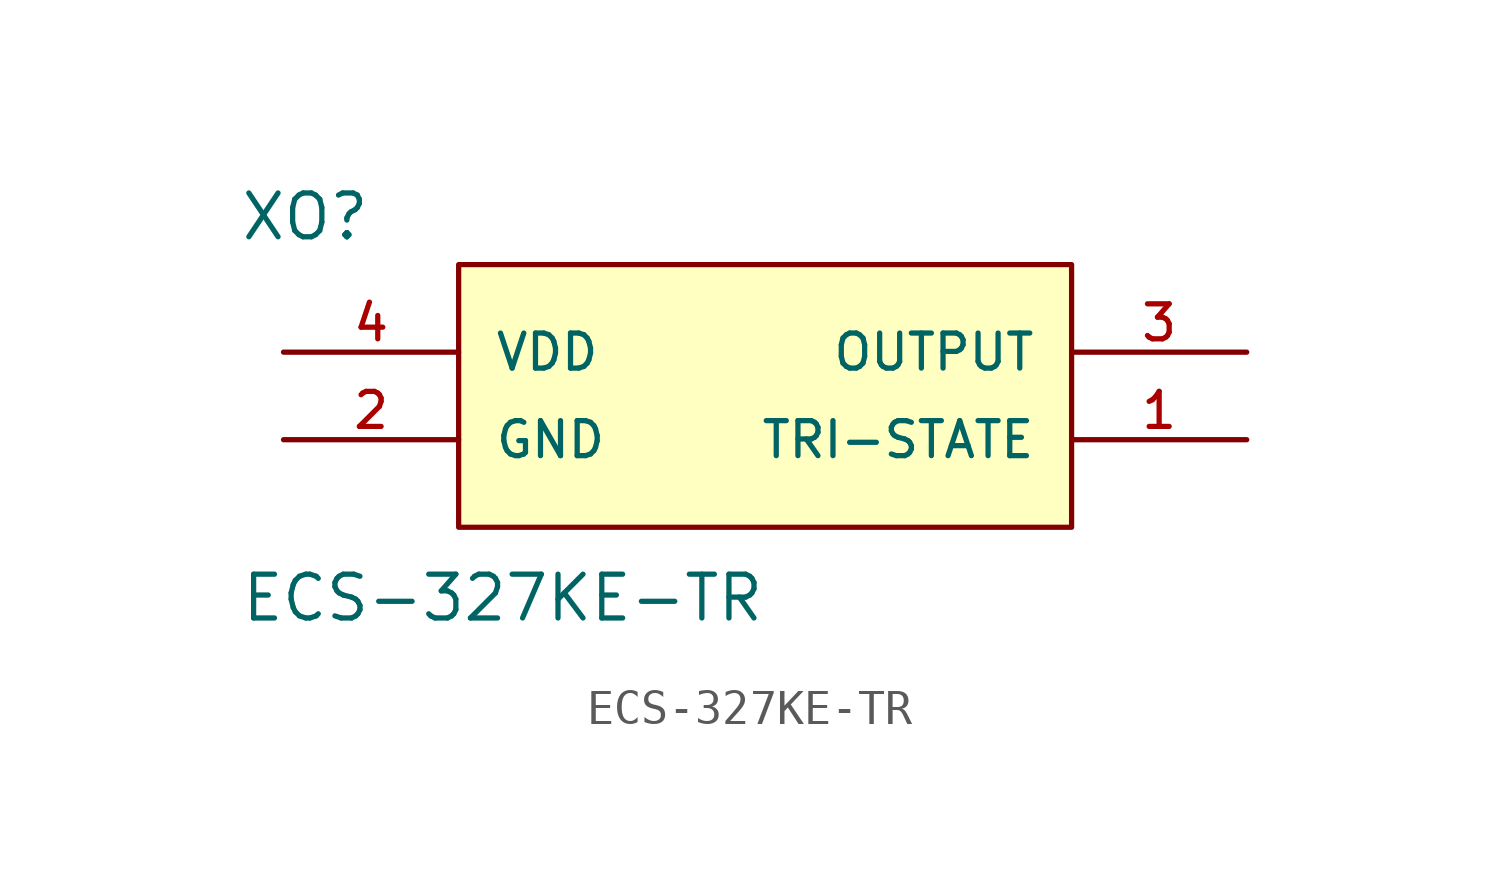
<source format=kicad_sym>
(kicad_symbol_lib
  (version 20231120)
  (generator "kicad_symbol_editor")
  (generator_version "8.0")
  (symbol "ECS-327KE-TR"
    (pin_names
      (offset 1.016))
    (property "Reference" "XO"
      (at -15.257 4.454 0)
      (effects (font (size 1.27 1.27)) (justify left bottom)))
    (property "Value" "ECS-327KE-TR"
      (at -15.24 -6.604 0)
      (effects (font (size 1.27 1.27)) (justify left bottom)))
    (symbol "ECS-327KE-TR_0_0"
      (rectangle (start -8.89 3.81) (end 8.89 -3.81) (stroke (width 0.152) (type default)) (fill (type background)))
      (pin input line (at 13.97 -1.27 180) (length 5.08) (name "TRI-STATE" (effects (font (size 1.016 1.016)))) (number "1" (effects (font (size 1.016 1.016)))))
      (pin power_in line (at -13.97 -1.27 0) (length 5.08) (name "GND" (effects (font (size 1.016 1.016)))) (number "2" (effects (font (size 1.016 1.016)))))
      (pin output line (at 13.97 1.27 180) (length 5.08) (name "OUTPUT" (effects (font (size 1.016 1.016)))) (number "3" (effects (font (size 1.016 1.016)))))
      (pin input line (at -13.97 1.27 0) (length 5.08) (name "VDD" (effects (font (size 1.016 1.016)))) (number "4" (effects (font (size 1.016 1.016))))))))
</source>
